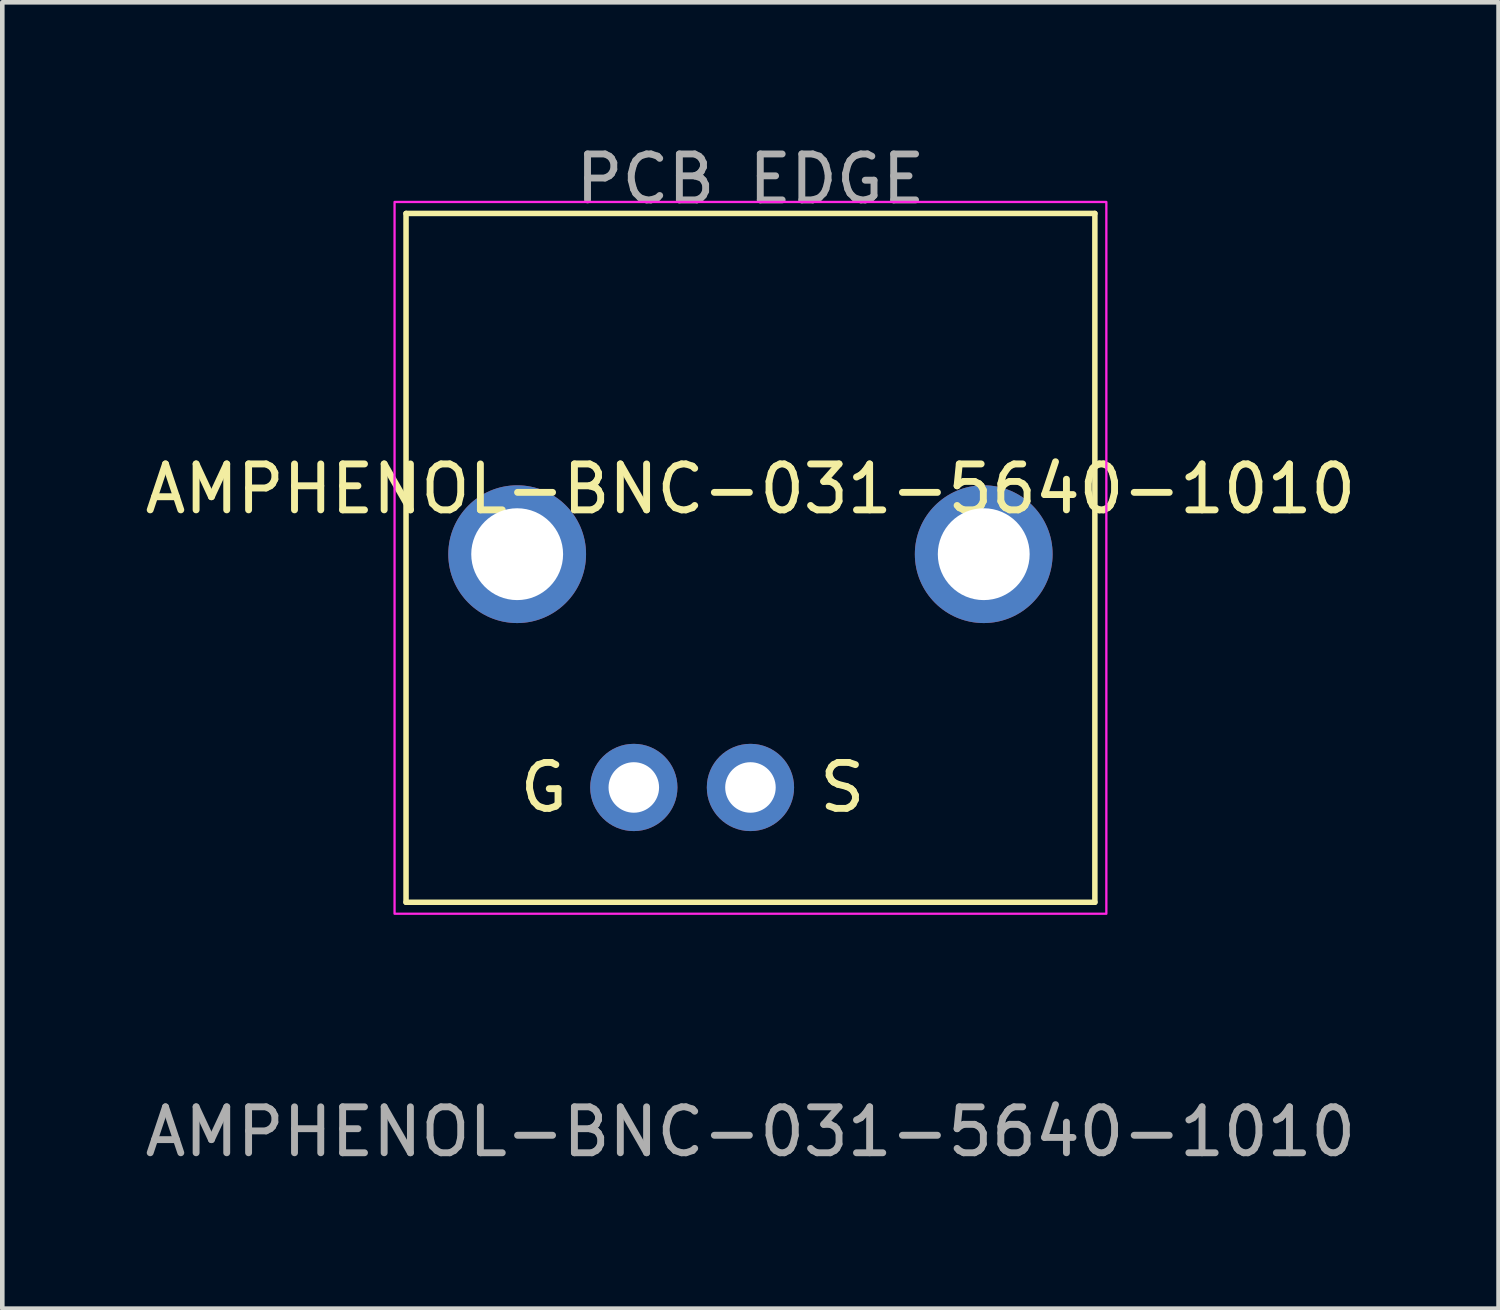
<source format=kicad_pcb>
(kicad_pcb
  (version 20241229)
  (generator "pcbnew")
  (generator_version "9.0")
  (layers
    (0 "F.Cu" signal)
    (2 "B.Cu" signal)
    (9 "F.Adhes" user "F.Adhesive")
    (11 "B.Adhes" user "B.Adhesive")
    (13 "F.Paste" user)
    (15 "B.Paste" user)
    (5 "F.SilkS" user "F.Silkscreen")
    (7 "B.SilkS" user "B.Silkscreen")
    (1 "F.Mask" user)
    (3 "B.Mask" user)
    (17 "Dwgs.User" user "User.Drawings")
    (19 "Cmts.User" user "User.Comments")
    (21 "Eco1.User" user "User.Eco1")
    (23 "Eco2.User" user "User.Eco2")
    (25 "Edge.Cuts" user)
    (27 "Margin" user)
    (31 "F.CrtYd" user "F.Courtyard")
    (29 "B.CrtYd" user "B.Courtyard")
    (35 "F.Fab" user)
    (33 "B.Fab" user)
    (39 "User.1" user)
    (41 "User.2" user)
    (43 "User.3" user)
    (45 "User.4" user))
  (footprint "AMPHENOL-BNC-031-5640-1010"
    (layer "F.Cu")
    (at 13.292 14.098)
    (property "Reference" "AMPHENOL-BNC-031-5640-1010" (at 0 -6.5 0) (unlocked yes) (layer "F.SilkS") (effects (font (size 1 1) (thickness 0.15))))
    (attr through_hole)
    (fp_line (start -7.5 -12.5) (end -7.5 2.5) (stroke (width 0.12) (type solid)) (layer "F.SilkS"))
    (fp_line (start -7.5 -12.5) (end 7.5 -12.5) (stroke (width 0.12) (type solid)) (layer "F.SilkS"))
    (fp_line (start -7.5 2.5) (end 7.5 2.5) (stroke (width 0.12) (type solid)) (layer "F.SilkS"))
    (fp_line (start 7.5 -12.5) (end 7.5 2.5) (stroke (width 0.12) (type solid)) (layer "F.SilkS"))
    (fp_rect (start -7.75 -12.75) (end 7.75 2.75) (stroke (width 0.05) (type solid)) (fill no) (layer "F.CrtYd"))
    (fp_text user "S" (at 2 0 0) (unlocked yes) (layer "F.SilkS") (effects (font (size 1 1) (thickness 0.15))))
    (fp_text user "G" (at -4.5 0 0) (unlocked yes) (layer "F.SilkS") (effects (font (size 1 1) (thickness 0.15))))
    (fp_text user "${REFERENCE}" (at 0 7.5 0) (unlocked yes) (layer "F.Fab") (effects (font (size 1 1) (thickness 0.15))))
    (fp_text user "PCB EDGE" (at 0 -13.25 0) (unlocked yes) (layer "F.Fab") (effects (font (size 1 1) (thickness 0.15))))
    (pad "1" thru_hole circle (at 0 0) (size 1.9 1.9) (drill 1.1) (layers "*.Cu" "*.Mask"))
    (pad "2" thru_hole circle (at -5.08 -5.08) (size 3 3) (drill 2) (layers "*.Cu" "*.Mask"))
    (pad "2" thru_hole circle (at -2.54 0) (size 1.9 1.9) (drill 1.1) (layers "*.Cu" "*.Mask"))
    (pad "2" thru_hole circle (at 5.08 -5.08) (size 3 3) (drill 2) (layers "*.Cu" "*.Mask")))
  (gr_rect
    (start -3 -3)
    (end 29.583 25.447)
    (stroke (width 0.1) (type default))
    (fill no)
    (layer "Edge.Cuts")))
</source>
